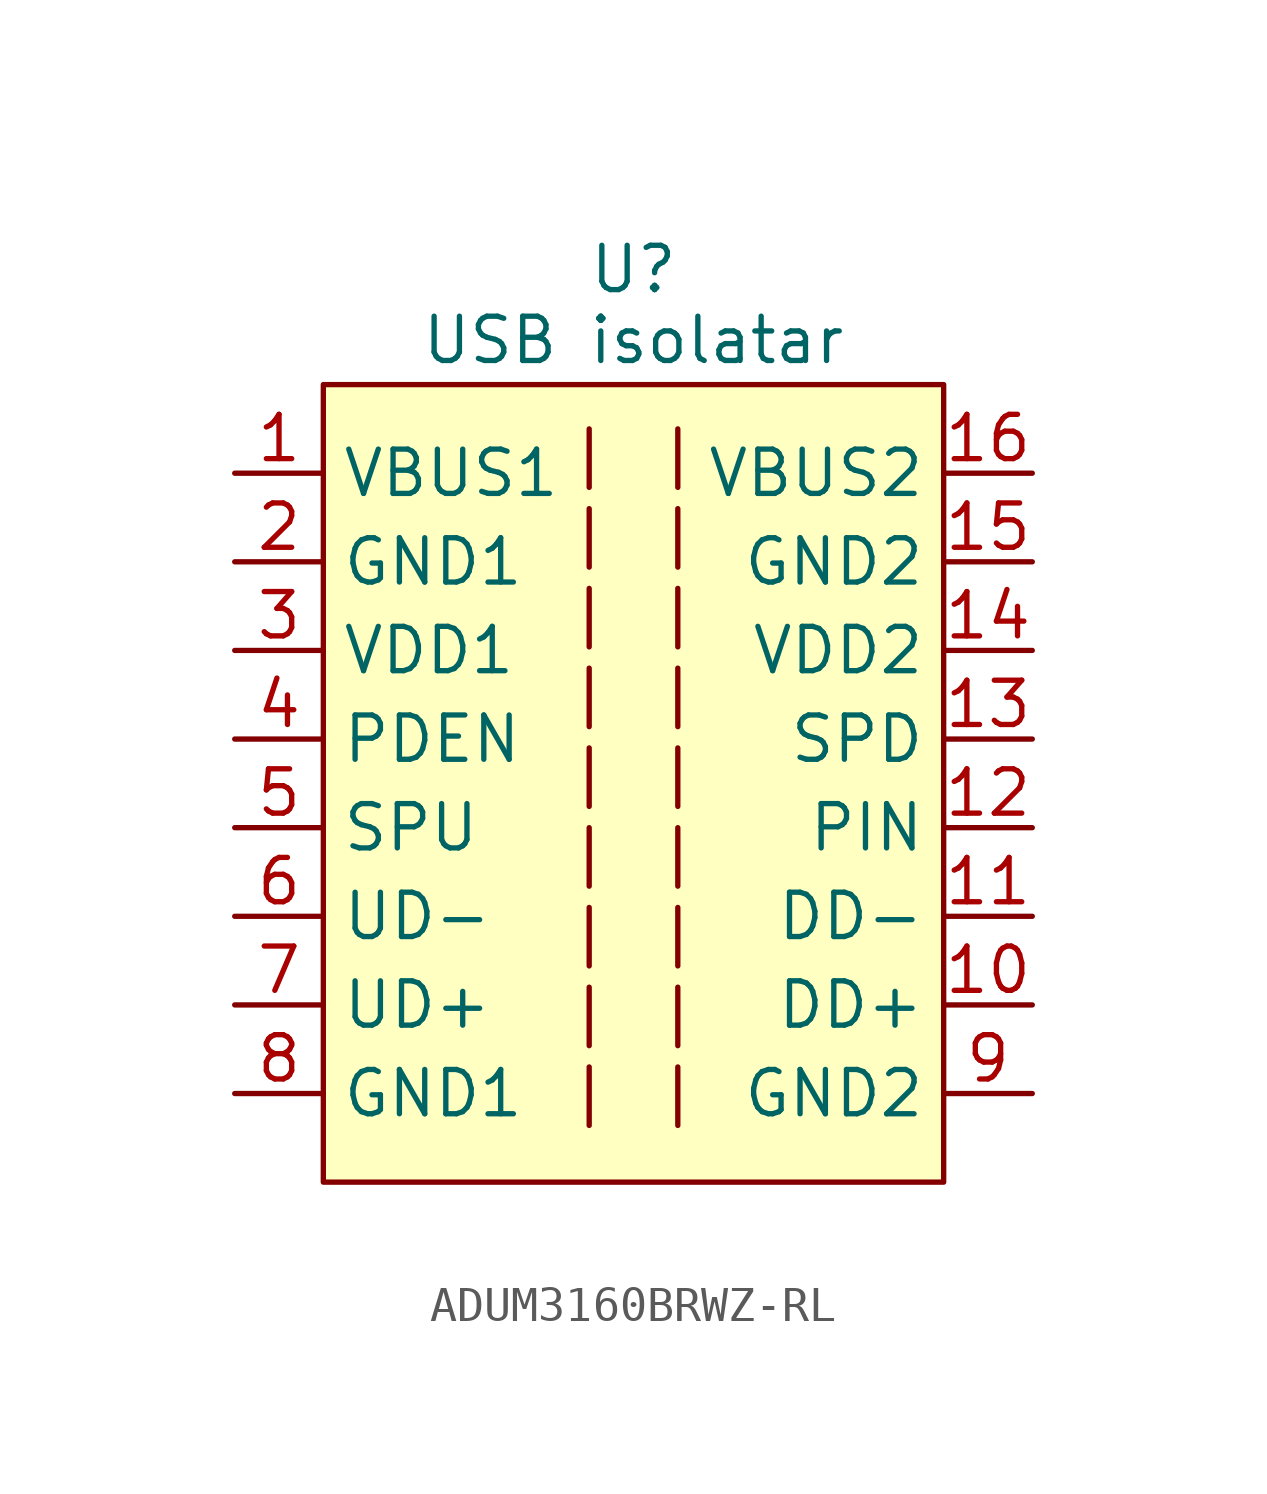
<source format=kicad_sym>
(kicad_symbol_lib
  (version 20241209)
  (generator "kicad_symbol_editor")
  (generator_version "9.0")
  (symbol "ADUM3160BRWZ-RL"
    (property "Reference" "U"
      (at 0 14.732 0)
      (effects (font (size 1.27 1.27))))
    (property "Value" "USB isolatar"
      (at 0 12.7 0)
      (effects (font (size 1.27 1.27))))
    (symbol "ADUM3160BRWZ-RL_1_1"
      (rectangle (start -8.89 11.43) (end 8.89 -11.43) (stroke (width 0) (type solid)) (fill (type background)))
      (polyline (pts (xy -1.27 10.16) (xy -1.27 -10.16)) (stroke (width 0) (type dash)) (fill (type none)))
      (polyline (pts (xy 1.27 10.16) (xy 1.27 -10.16)) (stroke (width 0) (type dash)) (fill (type none)))
      (pin power_in line (at -11.43 8.89 0) (length 2.54) (name "VBUS1" (effects (font (size 1.27 1.27)))) (number "1" (effects (font (size 1.27 1.27)))))
      (pin power_out line (at -11.43 6.35 0) (length 2.54) (name "GND1" (effects (font (size 1.27 1.27)))) (number "2" (effects (font (size 1.27 1.27)))))
      (pin power_in line (at -11.43 3.81 0) (length 2.54) (name "VDD1" (effects (font (size 1.27 1.27)))) (number "3" (effects (font (size 1.27 1.27)))))
      (pin input line (at -11.43 1.27 0) (length 2.54) (name "PDEN" (effects (font (size 1.27 1.27)))) (number "4" (effects (font (size 1.27 1.27)))))
      (pin input line (at -11.43 -1.27 0) (length 2.54) (name "SPU" (effects (font (size 1.27 1.27)))) (number "5" (effects (font (size 1.27 1.27)))))
      (pin bidirectional line (at -11.43 -3.81 0) (length 2.54) (name "UD-" (effects (font (size 1.27 1.27)))) (number "6" (effects (font (size 1.27 1.27)))))
      (pin bidirectional line (at -11.43 -6.35 0) (length 2.54) (name "UD+" (effects (font (size 1.27 1.27)))) (number "7" (effects (font (size 1.27 1.27)))))
      (pin power_out line (at -11.43 -8.89 0) (length 2.54) (name "GND1" (effects (font (size 1.27 1.27)))) (number "8" (effects (font (size 1.27 1.27)))))
      (pin power_in line (at 11.43 8.89 180) (length 2.54) (name "VBUS2" (effects (font (size 1.27 1.27)))) (number "16" (effects (font (size 1.27 1.27)))))
      (pin power_out line (at 11.43 6.35 180) (length 2.54) (name "GND2" (effects (font (size 1.27 1.27)))) (number "15" (effects (font (size 1.27 1.27)))))
      (pin power_in line (at 11.43 3.81 180) (length 2.54) (name "VDD2" (effects (font (size 1.27 1.27)))) (number "14" (effects (font (size 1.27 1.27)))))
      (pin input line (at 11.43 1.27 180) (length 2.54) (name "SPD" (effects (font (size 1.27 1.27)))) (number "13" (effects (font (size 1.27 1.27)))))
      (pin input line (at 11.43 -1.27 180) (length 2.54) (name "PIN" (effects (font (size 1.27 1.27)))) (number "12" (effects (font (size 1.27 1.27)))))
      (pin bidirectional line (at 11.43 -3.81 180) (length 2.54) (name "DD-" (effects (font (size 1.27 1.27)))) (number "11" (effects (font (size 1.27 1.27)))))
      (pin bidirectional line (at 11.43 -6.35 180) (length 2.54) (name "DD+" (effects (font (size 1.27 1.27)))) (number "10" (effects (font (size 1.27 1.27)))))
      (pin power_out line (at 11.43 -8.89 180) (length 2.54) (name "GND2" (effects (font (size 1.27 1.27)))) (number "9" (effects (font (size 1.27 1.27))))))))
</source>
